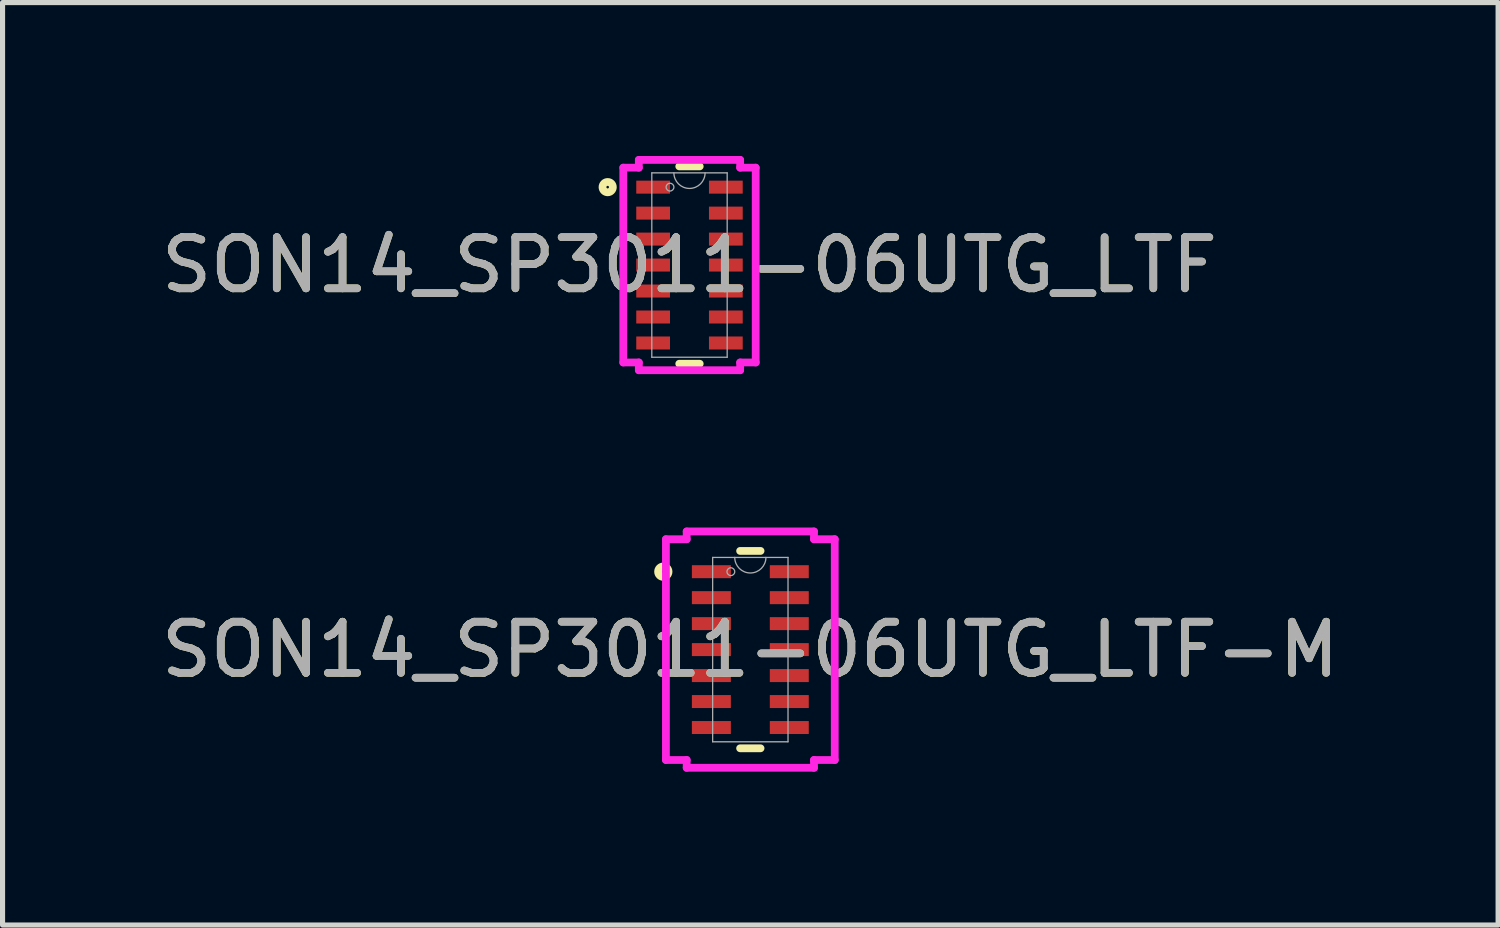
<source format=kicad_pcb>
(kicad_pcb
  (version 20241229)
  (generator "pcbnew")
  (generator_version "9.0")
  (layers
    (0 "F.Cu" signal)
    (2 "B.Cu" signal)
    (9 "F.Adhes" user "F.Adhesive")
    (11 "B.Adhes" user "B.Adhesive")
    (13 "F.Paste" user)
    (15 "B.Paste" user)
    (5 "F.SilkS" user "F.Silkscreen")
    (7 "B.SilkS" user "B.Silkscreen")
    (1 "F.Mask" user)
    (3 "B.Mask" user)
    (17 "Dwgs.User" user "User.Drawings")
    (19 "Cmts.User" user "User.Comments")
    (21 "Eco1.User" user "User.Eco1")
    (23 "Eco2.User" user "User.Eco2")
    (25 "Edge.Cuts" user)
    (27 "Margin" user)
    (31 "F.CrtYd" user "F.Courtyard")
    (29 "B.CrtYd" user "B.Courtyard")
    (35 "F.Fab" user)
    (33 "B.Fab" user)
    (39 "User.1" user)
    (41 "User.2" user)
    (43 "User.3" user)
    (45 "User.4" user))
  (footprint "SON14_SP3011-06UTG_LTF"
    (layer "F.Cu")
    (at 10.435 2.134)
    (property "Reference" "SON14_SP3011-06UTG_LTF" (at 0 0 0) (unlocked yes) (layer "F.SilkS") (effects (font (size 1 1) (thickness 0.15))))
    (attr smd)
    (fp_line (start -0.2 1.93) (end 0.2 1.93) (stroke (width 0.152) (type solid)) (layer "F.SilkS"))
    (fp_line (start 0.2 -1.93) (end -0.2 -1.93) (stroke (width 0.152) (type solid)) (layer "F.SilkS"))
    (fp_circle (center -1.6 -1.524) (end -1.499 -1.524) (stroke (width 0.152) (type solid)) (fill no) (layer "F.SilkS"))
    (fp_line (start -1.295 -1.905) (end -0.991 -1.905) (stroke (width 0.152) (type solid)) (layer "F.CrtYd"))
    (fp_line (start -1.295 1.905) (end -1.295 -1.905) (stroke (width 0.152) (type solid)) (layer "F.CrtYd"))
    (fp_line (start -1.295 1.905) (end -0.991 1.905) (stroke (width 0.152) (type solid)) (layer "F.CrtYd"))
    (fp_line (start -0.991 -2.057) (end 0.991 -2.057) (stroke (width 0.152) (type solid)) (layer "F.CrtYd"))
    (fp_line (start -0.991 -1.905) (end -0.991 -2.057) (stroke (width 0.152) (type solid)) (layer "F.CrtYd"))
    (fp_line (start -0.991 2.057) (end -0.991 1.905) (stroke (width 0.152) (type solid)) (layer "F.CrtYd"))
    (fp_line (start 0.991 -2.057) (end 0.991 -1.905) (stroke (width 0.152) (type solid)) (layer "F.CrtYd"))
    (fp_line (start 0.991 1.905) (end 0.991 2.057) (stroke (width 0.152) (type solid)) (layer "F.CrtYd"))
    (fp_line (start 0.991 2.057) (end -0.991 2.057) (stroke (width 0.152) (type solid)) (layer "F.CrtYd"))
    (fp_line (start 1.295 -1.905) (end 0.991 -1.905) (stroke (width 0.152) (type solid)) (layer "F.CrtYd"))
    (fp_line (start 1.295 -1.905) (end 1.295 1.905) (stroke (width 0.152) (type solid)) (layer "F.CrtYd"))
    (fp_line (start 1.295 1.905) (end 0.991 1.905) (stroke (width 0.152) (type solid)) (layer "F.CrtYd"))
    (fp_line (start -0.737 -1.803) (end -0.737 1.803) (stroke (width 0.025) (type solid)) (layer "F.Fab"))
    (fp_line (start -0.737 1.803) (end 0.737 1.803) (stroke (width 0.025) (type solid)) (layer "F.Fab"))
    (fp_line (start 0.737 -1.803) (end -0.737 -1.803) (stroke (width 0.025) (type solid)) (layer "F.Fab"))
    (fp_line (start 0.737 1.803) (end 0.737 -1.803) (stroke (width 0.025) (type solid)) (layer "F.Fab"))
    (fp_arc (start 0.3048 -1.8034) (mid 0 -1.4986) (end -0.3048 -1.8034) (stroke (width 0.0254) (type solid)) (layer "F.Fab"))
    (fp_circle (center -0.381 -1.524) (end -0.305 -1.524) (stroke (width 0.025) (type solid)) (fill no) (layer "F.Fab"))
    (fp_text user "${REFERENCE}" (at 0 0 0) (unlocked yes) (layer "F.Fab") (effects (font (size 1 1) (thickness 0.15))))
    (pad "1" smd rect (at -0.711 -1.524) (size 0.66 0.254) (layers "F.Cu" "F.Mask" "F.Paste"))
    (pad "2" smd rect (at -0.711 -1.016) (size 0.66 0.254) (layers "F.Cu" "F.Mask" "F.Paste"))
    (pad "3" smd rect (at -0.711 -0.508) (size 0.66 0.254) (layers "F.Cu" "F.Mask" "F.Paste"))
    (pad "4" smd rect (at -0.711 0) (size 0.66 0.254) (layers "F.Cu" "F.Mask" "F.Paste"))
    (pad "5" smd rect (at -0.711 0.508) (size 0.66 0.254) (layers "F.Cu" "F.Mask" "F.Paste"))
    (pad "6" smd rect (at -0.711 1.016) (size 0.66 0.254) (layers "F.Cu" "F.Mask" "F.Paste"))
    (pad "7" smd rect (at -0.711 1.524) (size 0.66 0.254) (layers "F.Cu" "F.Mask" "F.Paste"))
    (pad "8" smd rect (at 0.711 1.524) (size 0.66 0.254) (layers "F.Cu" "F.Mask" "F.Paste"))
    (pad "9" smd rect (at 0.711 1.016) (size 0.66 0.254) (layers "F.Cu" "F.Mask" "F.Paste"))
    (pad "10" smd rect (at 0.711 0.508) (size 0.66 0.254) (layers "F.Cu" "F.Mask" "F.Paste"))
    (pad "11" smd rect (at 0.711 0) (size 0.66 0.254) (layers "F.Cu" "F.Mask" "F.Paste"))
    (pad "12" smd rect (at 0.711 -0.508) (size 0.66 0.254) (layers "F.Cu" "F.Mask" "F.Paste"))
    (pad "13" smd rect (at 0.711 -1.016) (size 0.66 0.254) (layers "F.Cu" "F.Mask" "F.Paste"))
    (pad "14" smd rect (at 0.711 -1.524) (size 0.66 0.254) (layers "F.Cu" "F.Mask" "F.Paste")))
  (footprint "SON14_SP3011-06UTG_LTF-M"
    (layer "F.Cu")
    (at 11.625 9.655)
    (property "Reference" "SON14_SP3011-06UTG_LTF-M" (at 0 0 0) (unlocked yes) (layer "F.SilkS") (effects (font (size 1 1) (thickness 0.15))))
    (attr smd)
    (fp_line (start -0.2 1.93) (end 0.2 1.93) (stroke (width 0.152) (type solid)) (layer "F.SilkS"))
    (fp_line (start 0.2 -1.93) (end -0.2 -1.93) (stroke (width 0.152) (type solid)) (layer "F.SilkS"))
    (fp_circle (center -1.702 -1.524) (end -1.6 -1.524) (stroke (width 0.152) (type solid)) (fill no) (layer "F.SilkS"))
    (fp_line (start -1.651 -2.159) (end -1.245 -2.159) (stroke (width 0.152) (type solid)) (layer "F.CrtYd"))
    (fp_line (start -1.651 2.159) (end -1.651 -2.159) (stroke (width 0.152) (type solid)) (layer "F.CrtYd"))
    (fp_line (start -1.651 2.159) (end -1.245 2.159) (stroke (width 0.152) (type solid)) (layer "F.CrtYd"))
    (fp_line (start -1.245 -2.311) (end 1.245 -2.311) (stroke (width 0.152) (type solid)) (layer "F.CrtYd"))
    (fp_line (start -1.245 -2.159) (end -1.245 -2.311) (stroke (width 0.152) (type solid)) (layer "F.CrtYd"))
    (fp_line (start -1.245 2.311) (end -1.245 2.159) (stroke (width 0.152) (type solid)) (layer "F.CrtYd"))
    (fp_line (start 1.245 -2.311) (end 1.245 -2.159) (stroke (width 0.152) (type solid)) (layer "F.CrtYd"))
    (fp_line (start 1.245 2.159) (end 1.245 2.311) (stroke (width 0.152) (type solid)) (layer "F.CrtYd"))
    (fp_line (start 1.245 2.311) (end -1.245 2.311) (stroke (width 0.152) (type solid)) (layer "F.CrtYd"))
    (fp_line (start 1.651 -2.159) (end 1.245 -2.159) (stroke (width 0.152) (type solid)) (layer "F.CrtYd"))
    (fp_line (start 1.651 -2.159) (end 1.651 2.159) (stroke (width 0.152) (type solid)) (layer "F.CrtYd"))
    (fp_line (start 1.651 2.159) (end 1.245 2.159) (stroke (width 0.152) (type solid)) (layer "F.CrtYd"))
    (fp_line (start -0.737 -1.803) (end -0.737 1.803) (stroke (width 0.025) (type solid)) (layer "F.Fab"))
    (fp_line (start -0.737 1.803) (end 0.737 1.803) (stroke (width 0.025) (type solid)) (layer "F.Fab"))
    (fp_line (start 0.737 -1.803) (end -0.737 -1.803) (stroke (width 0.025) (type solid)) (layer "F.Fab"))
    (fp_line (start 0.737 1.803) (end 0.737 -1.803) (stroke (width 0.025) (type solid)) (layer "F.Fab"))
    (fp_arc (start 0.3048 -1.8034) (mid 0 -1.4986) (end -0.3048 -1.8034) (stroke (width 0.0254) (type solid)) (layer "F.Fab"))
    (fp_circle (center -0.381 -1.524) (end -0.305 -1.524) (stroke (width 0.025) (type solid)) (fill no) (layer "F.Fab"))
    (fp_text user "${REFERENCE}" (at 0 0 0) (unlocked yes) (layer "F.Fab") (effects (font (size 1 1) (thickness 0.15))))
    (pad "1" smd rect (at -0.762 -1.524) (size 0.762 0.254) (layers "F.Cu" "F.Mask" "F.Paste"))
    (pad "2" smd rect (at -0.762 -1.016) (size 0.762 0.254) (layers "F.Cu" "F.Mask" "F.Paste"))
    (pad "3" smd rect (at -0.762 -0.508) (size 0.762 0.254) (layers "F.Cu" "F.Mask" "F.Paste"))
    (pad "4" smd rect (at -0.762 0) (size 0.762 0.254) (layers "F.Cu" "F.Mask" "F.Paste"))
    (pad "5" smd rect (at -0.762 0.508) (size 0.762 0.254) (layers "F.Cu" "F.Mask" "F.Paste"))
    (pad "6" smd rect (at -0.762 1.016) (size 0.762 0.254) (layers "F.Cu" "F.Mask" "F.Paste"))
    (pad "7" smd rect (at -0.762 1.524) (size 0.762 0.254) (layers "F.Cu" "F.Mask" "F.Paste"))
    (pad "8" smd rect (at 0.762 1.524) (size 0.762 0.254) (layers "F.Cu" "F.Mask" "F.Paste"))
    (pad "9" smd rect (at 0.762 1.016) (size 0.762 0.254) (layers "F.Cu" "F.Mask" "F.Paste"))
    (pad "10" smd rect (at 0.762 0.508) (size 0.762 0.254) (layers "F.Cu" "F.Mask" "F.Paste"))
    (pad "11" smd rect (at 0.762 0) (size 0.762 0.254) (layers "F.Cu" "F.Mask" "F.Paste"))
    (pad "12" smd rect (at 0.762 -0.508) (size 0.762 0.254) (layers "F.Cu" "F.Mask" "F.Paste"))
    (pad "13" smd rect (at 0.762 -1.016) (size 0.762 0.254) (layers "F.Cu" "F.Mask" "F.Paste"))
    (pad "14" smd rect (at 0.762 -1.524) (size 0.762 0.254) (layers "F.Cu" "F.Mask" "F.Paste")))
  (gr_rect
    (start -3 -3)
    (end 26.25 15.042)
    (stroke (width 0.1) (type default))
    (fill no)
    (layer "Edge.Cuts")))
</source>
